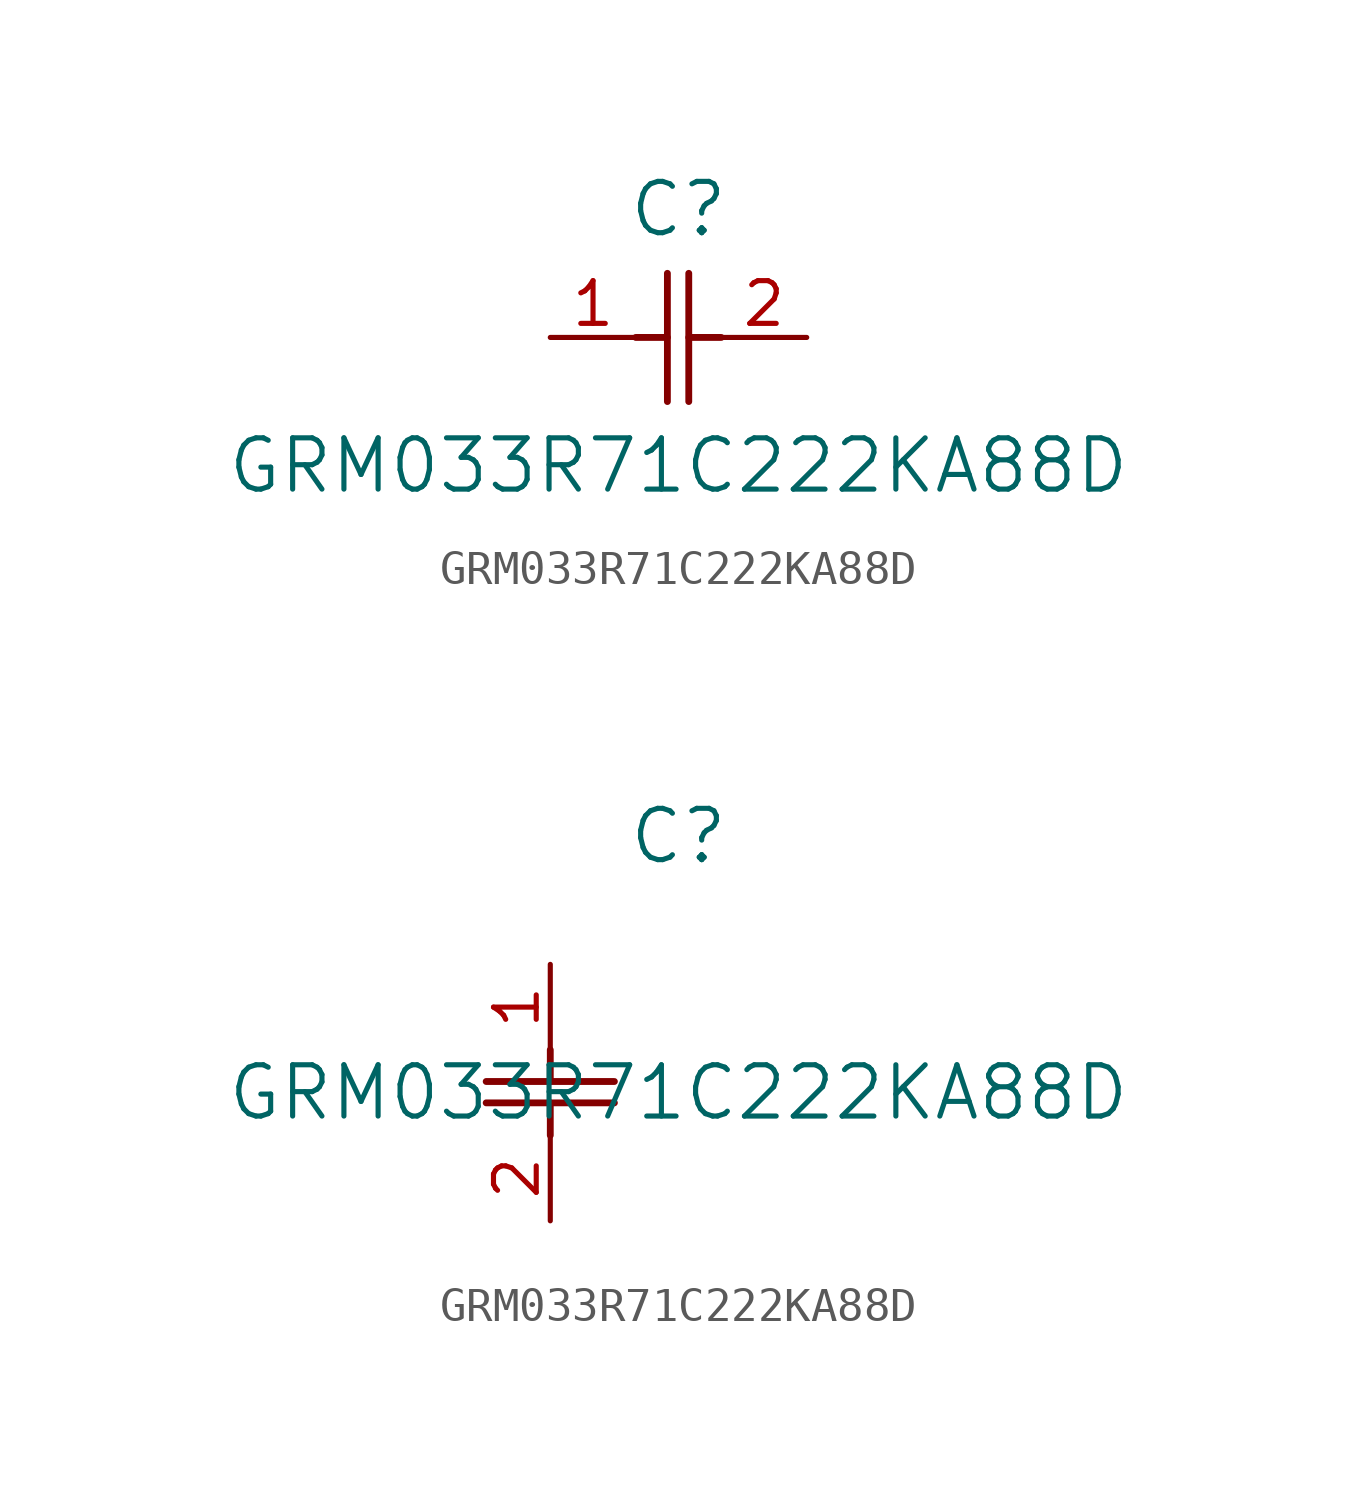
<source format=kicad_sym>
(kicad_symbol_lib
  (version 20211014)
  (generator kicad_symbol_editor)
  (symbol "GRM033R71C222KA88D"
    (pin_names
      (offset 0.254))
    (property "Reference" "C"
      (at 3.81 3.81 0)
      (effects (font (size 1.524 1.524))))
    (property "Value" "GRM033R71C222KA88D"
      (at 3.81 -3.81 0)
      (effects (font (size 1.524 1.524))))
    (symbol "GRM033R71C222KA88D_1_1"
      (polyline (pts (xy 3.48 -1.905) (xy 3.48 1.905)) (stroke (width 0.203) (type default) (color 0 0 0 0)) (fill (type none)))
      (polyline (pts (xy 4.115 -1.905) (xy 4.115 1.905)) (stroke (width 0.203) (type default) (color 0 0 0 0)) (fill (type none)))
      (polyline (pts (xy 4.115 0) (xy 5.08 0)) (stroke (width 0.203) (type default) (color 0 0 0 0)) (fill (type none)))
      (polyline (pts (xy 2.54 0) (xy 3.48 0)) (stroke (width 0.203) (type default) (color 0 0 0 0)) (fill (type none)))
      (pin unspecified line (at 0 0 0) (length 2.54) (name "" (effects (font (size 1.27 1.27)))) (number "1" (effects (font (size 1.27 1.27)))))
      (pin unspecified line (at 7.62 0 180) (length 2.54) (name "" (effects (font (size 1.27 1.27)))) (number "2" (effects (font (size 1.27 1.27))))))
    (symbol "GRM033R71C222KA88D_1_2"
      (polyline (pts (xy -1.905 -3.48) (xy 1.905 -3.48)) (stroke (width 0.203) (type default) (color 0 0 0 0)) (fill (type none)))
      (polyline (pts (xy -1.905 -4.115) (xy 1.905 -4.115)) (stroke (width 0.203) (type default) (color 0 0 0 0)) (fill (type none)))
      (polyline (pts (xy 0 -4.115) (xy 0 -5.08)) (stroke (width 0.203) (type default) (color 0 0 0 0)) (fill (type none)))
      (polyline (pts (xy 0 -2.54) (xy 0 -3.48)) (stroke (width 0.203) (type default) (color 0 0 0 0)) (fill (type none)))
      (pin unspecified line (at 0 0 270) (length 2.54) (name "" (effects (font (size 1.27 1.27)))) (number "1" (effects (font (size 1.27 1.27)))))
      (pin unspecified line (at 0 -7.62 90) (length 2.54) (name "" (effects (font (size 1.27 1.27)))) (number "2" (effects (font (size 1.27 1.27))))))))
</source>
